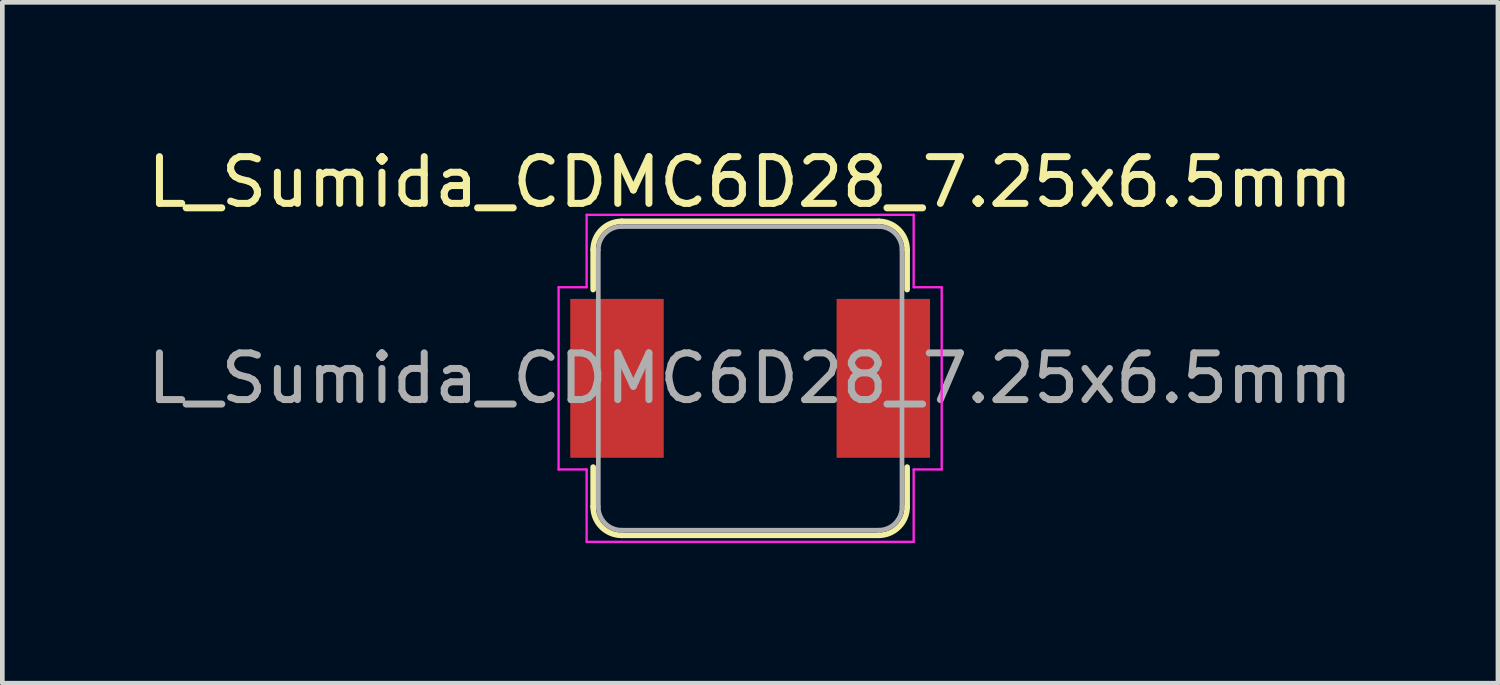
<source format=kicad_pcb>
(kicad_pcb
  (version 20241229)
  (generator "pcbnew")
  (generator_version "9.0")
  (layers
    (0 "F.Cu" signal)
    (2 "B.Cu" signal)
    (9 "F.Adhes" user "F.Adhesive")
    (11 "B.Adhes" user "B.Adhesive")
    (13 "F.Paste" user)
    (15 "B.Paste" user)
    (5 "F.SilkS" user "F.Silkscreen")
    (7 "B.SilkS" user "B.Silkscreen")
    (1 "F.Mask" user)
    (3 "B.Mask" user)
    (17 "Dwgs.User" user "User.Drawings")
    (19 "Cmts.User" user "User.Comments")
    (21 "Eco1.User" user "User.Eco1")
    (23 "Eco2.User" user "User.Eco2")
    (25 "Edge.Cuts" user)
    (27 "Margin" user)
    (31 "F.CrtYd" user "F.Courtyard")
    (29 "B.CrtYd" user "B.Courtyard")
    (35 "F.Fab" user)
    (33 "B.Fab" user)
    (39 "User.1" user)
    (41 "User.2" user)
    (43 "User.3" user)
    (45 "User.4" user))
  (footprint "L_Sumida_CDMC6D28_7.25x6.5mm"
    (layer "F.Cu")
    (at 13.006 5.048)
    (property "Reference" "L_Sumida_CDMC6D28_7.25x6.5mm" (at 0 -4.2 0) (layer "F.SilkS") (effects (font (size 1 1) (thickness 0.15))))
    (attr smd)
    (fp_line (start -3.36 -1.9) (end -3.36 -2.75) (stroke (width 0.12) (type solid)) (layer "F.SilkS"))
    (fp_line (start -3.36 2.75) (end -3.36 1.9) (stroke (width 0.12) (type solid)) (layer "F.SilkS"))
    (fp_line (start -2.75 -3.36) (end 2.75 -3.36) (stroke (width 0.12) (type solid)) (layer "F.SilkS"))
    (fp_line (start 2.75 3.36) (end -2.75 3.36) (stroke (width 0.12) (type solid)) (layer "F.SilkS"))
    (fp_line (start 3.36 -2.75) (end 3.36 -1.9) (stroke (width 0.12) (type solid)) (layer "F.SilkS"))
    (fp_line (start 3.36 1.9) (end 3.36 2.75) (stroke (width 0.12) (type solid)) (layer "F.SilkS"))
    (fp_arc (start -3.36 -2.75) (mid -3.181335 -3.181335) (end -2.75 -3.36) (stroke (width 0.12) (type solid)) (layer "F.SilkS"))
    (fp_arc (start -2.75 3.36) (mid -3.181335 3.181335) (end -3.36 2.75) (stroke (width 0.12) (type solid)) (layer "F.SilkS"))
    (fp_arc (start 2.75 -3.36) (mid 3.181335 -3.181335) (end 3.36 -2.75) (stroke (width 0.12) (type solid)) (layer "F.SilkS"))
    (fp_arc (start 3.36 2.75) (mid 3.181335 3.181335) (end 2.75 3.36) (stroke (width 0.12) (type solid)) (layer "F.SilkS"))
    (fp_line (start -4.1 -1.95) (end -3.5 -1.95) (stroke (width 0.05) (type solid)) (layer "F.CrtYd"))
    (fp_line (start -4.1 1.95) (end -4.1 -1.95) (stroke (width 0.05) (type solid)) (layer "F.CrtYd"))
    (fp_line (start -3.5 -3.5) (end 3.5 -3.5) (stroke (width 0.05) (type solid)) (layer "F.CrtYd"))
    (fp_line (start -3.5 -1.95) (end -3.5 -3.5) (stroke (width 0.05) (type solid)) (layer "F.CrtYd"))
    (fp_line (start -3.5 1.95) (end -4.1 1.95) (stroke (width 0.05) (type solid)) (layer "F.CrtYd"))
    (fp_line (start -3.5 3.5) (end -3.5 1.95) (stroke (width 0.05) (type solid)) (layer "F.CrtYd"))
    (fp_line (start 3.5 -3.5) (end 3.5 -1.95) (stroke (width 0.05) (type solid)) (layer "F.CrtYd"))
    (fp_line (start 3.5 -1.95) (end 4.1 -1.95) (stroke (width 0.05) (type solid)) (layer "F.CrtYd"))
    (fp_line (start 3.5 1.95) (end 3.5 3.5) (stroke (width 0.05) (type solid)) (layer "F.CrtYd"))
    (fp_line (start 3.5 3.5) (end -3.5 3.5) (stroke (width 0.05) (type solid)) (layer "F.CrtYd"))
    (fp_line (start 4.1 -1.95) (end 4.1 1.95) (stroke (width 0.05) (type solid)) (layer "F.CrtYd"))
    (fp_line (start 4.1 1.95) (end 3.5 1.95) (stroke (width 0.05) (type solid)) (layer "F.CrtYd"))
    (fp_line (start -3.25 2.75) (end -3.25 -2.75) (stroke (width 0.1) (type solid)) (layer "F.Fab"))
    (fp_line (start -2.75 -3.25) (end 2.75 -3.25) (stroke (width 0.1) (type solid)) (layer "F.Fab"))
    (fp_line (start 2.75 3.25) (end -2.75 3.25) (stroke (width 0.1) (type solid)) (layer "F.Fab"))
    (fp_line (start 3.25 -2.75) (end 3.25 2.75) (stroke (width 0.1) (type solid)) (layer "F.Fab"))
    (fp_arc (start -3.25 -2.75) (mid -3.103553 -3.103553) (end -2.75 -3.25) (stroke (width 0.1) (type solid)) (layer "F.Fab"))
    (fp_arc (start -2.75 3.25) (mid -3.103553 3.103553) (end -3.25 2.75) (stroke (width 0.1) (type solid)) (layer "F.Fab"))
    (fp_arc (start 2.75 -3.25) (mid 3.103553 -3.103553) (end 3.25 -2.75) (stroke (width 0.1) (type solid)) (layer "F.Fab"))
    (fp_arc (start 3.25 2.75) (mid 3.103553 3.103553) (end 2.75 3.25) (stroke (width 0.1) (type solid)) (layer "F.Fab"))
    (fp_text user "${REFERENCE}" (at 0 0 0) (layer "F.Fab") (effects (font (size 1 1) (thickness 0.15))))
    (pad "1" smd rect (at -2.85 0) (size 2 3.4) (layers "F.Cu" "F.Mask" "F.Paste"))
    (pad "2" smd rect (at 2.85 0) (size 2 3.4) (layers "F.Cu" "F.Mask" "F.Paste")))
  (gr_rect
    (start -3 -3)
    (end 29.012 11.573)
    (stroke (width 0.1) (type default))
    (fill no)
    (layer "Edge.Cuts")))
</source>
